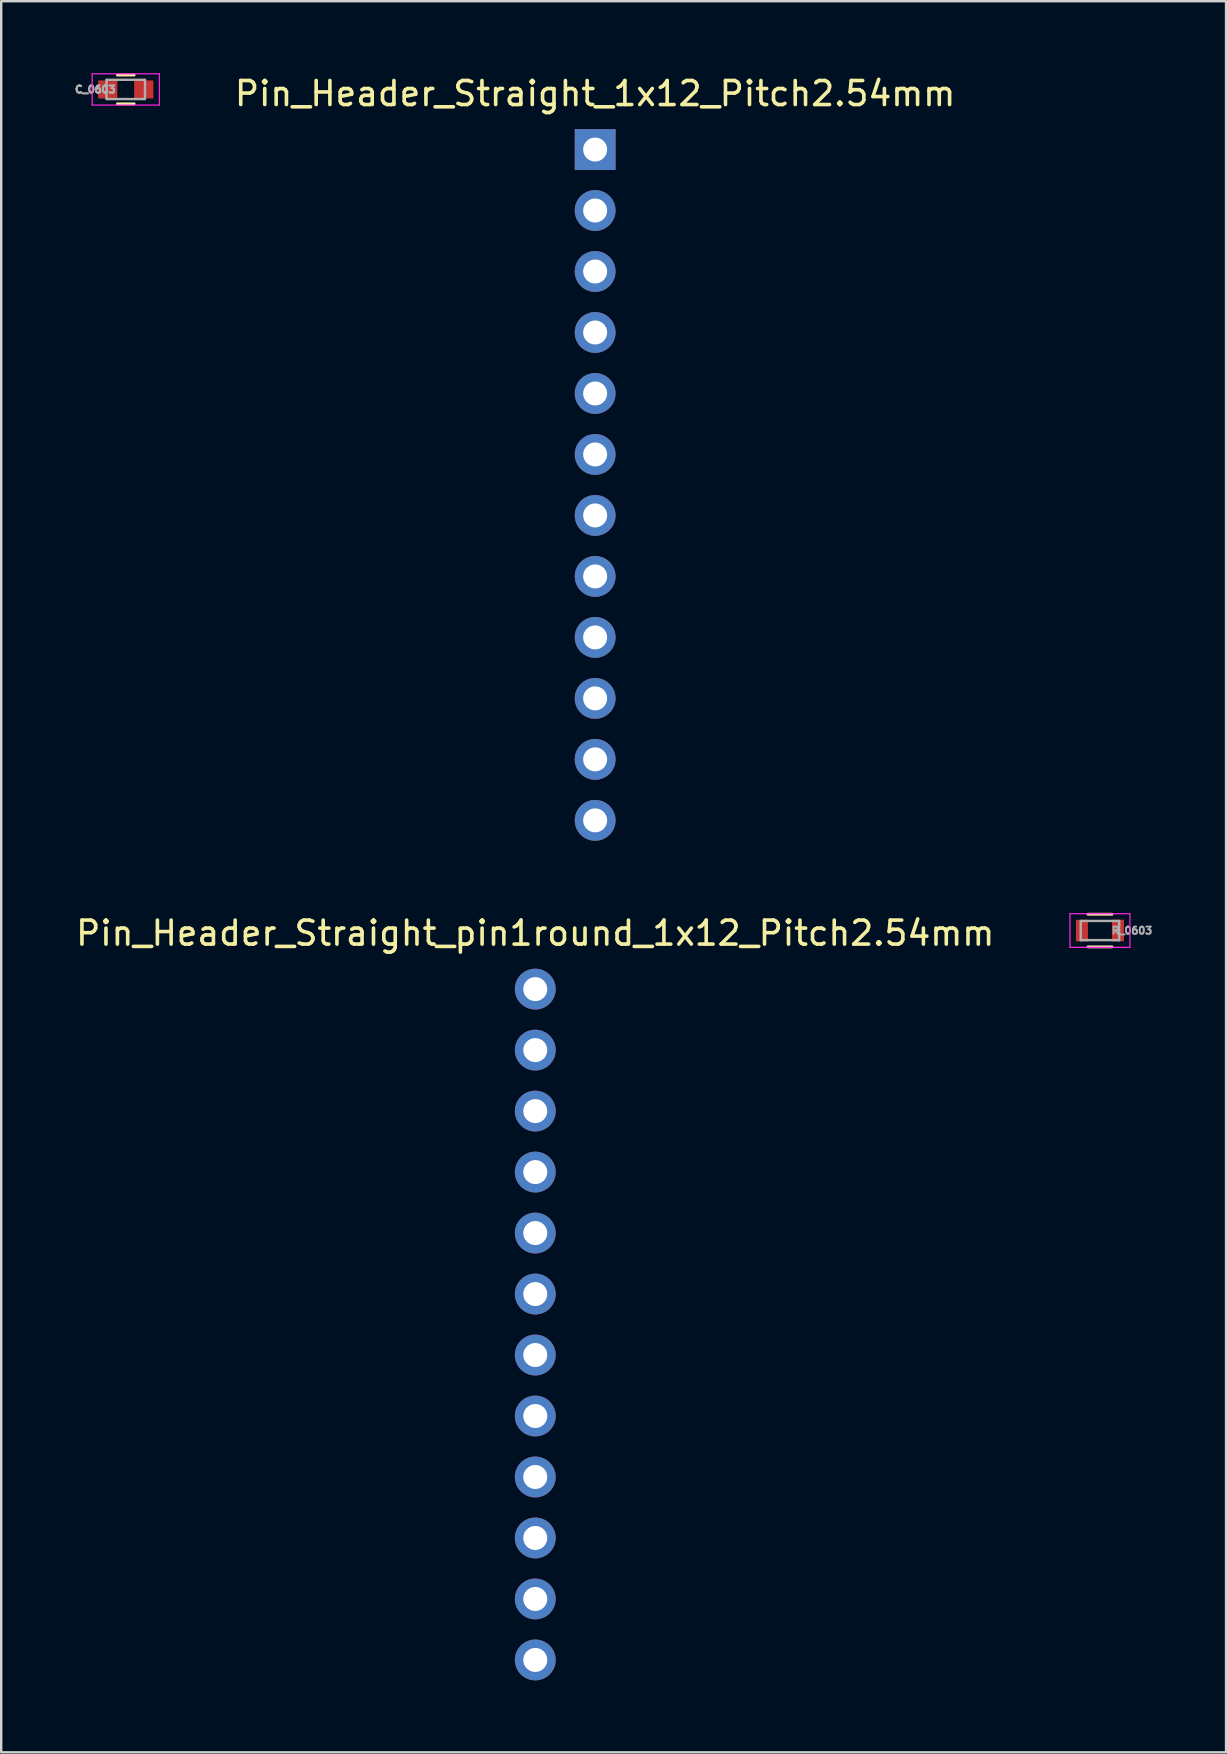
<source format=kicad_pcb>
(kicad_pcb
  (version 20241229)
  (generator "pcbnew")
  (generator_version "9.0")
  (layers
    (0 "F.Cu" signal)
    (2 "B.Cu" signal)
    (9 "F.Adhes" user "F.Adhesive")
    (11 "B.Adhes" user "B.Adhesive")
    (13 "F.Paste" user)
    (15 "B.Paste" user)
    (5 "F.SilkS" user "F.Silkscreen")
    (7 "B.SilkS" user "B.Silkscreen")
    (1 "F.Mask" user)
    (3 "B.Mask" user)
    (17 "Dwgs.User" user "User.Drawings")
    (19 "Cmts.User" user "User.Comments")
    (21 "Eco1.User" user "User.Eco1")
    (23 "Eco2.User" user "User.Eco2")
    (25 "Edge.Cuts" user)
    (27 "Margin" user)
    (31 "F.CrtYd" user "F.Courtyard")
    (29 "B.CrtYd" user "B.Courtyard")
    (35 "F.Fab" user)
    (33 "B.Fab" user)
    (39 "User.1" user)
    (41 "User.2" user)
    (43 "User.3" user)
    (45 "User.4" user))
  (footprint "Pin_Header_Straight_1x12_Pitch2.54mm"
    (layer "F.Cu")
    (at 21.738 3.178)
    (property "Reference" "Pin_Header_Straight_1x12_Pitch2.54mm" (at 0 -2.33 0) (layer "F.SilkS") (effects (font (size 1 1) (thickness 0.15))))
    (attr through_hole)
    (pad "1" thru_hole rect (at 0 0) (size 1.7 1.7) (drill 1) (layers "*.Cu" "*.Mask"))
    (pad "2" thru_hole oval (at 0 2.54) (size 1.7 1.7) (drill 1) (layers "*.Cu" "*.Mask"))
    (pad "3" thru_hole oval (at 0 5.08) (size 1.7 1.7) (drill 1) (layers "*.Cu" "*.Mask"))
    (pad "4" thru_hole oval (at 0 7.62) (size 1.7 1.7) (drill 1) (layers "*.Cu" "*.Mask"))
    (pad "5" thru_hole oval (at 0 10.16) (size 1.7 1.7) (drill 1) (layers "*.Cu" "*.Mask"))
    (pad "6" thru_hole oval (at 0 12.7) (size 1.7 1.7) (drill 1) (layers "*.Cu" "*.Mask"))
    (pad "7" thru_hole oval (at 0 15.24) (size 1.7 1.7) (drill 1) (layers "*.Cu" "*.Mask"))
    (pad "8" thru_hole oval (at 0 17.78) (size 1.7 1.7) (drill 1) (layers "*.Cu" "*.Mask"))
    (pad "9" thru_hole oval (at 0 20.32) (size 1.7 1.7) (drill 1) (layers "*.Cu" "*.Mask"))
    (pad "10" thru_hole oval (at 0 22.86) (size 1.7 1.7) (drill 1) (layers "*.Cu" "*.Mask"))
    (pad "11" thru_hole oval (at 0 25.4) (size 1.7 1.7) (drill 1) (layers "*.Cu" "*.Mask"))
    (pad "12" thru_hole oval (at 0 27.94) (size 1.7 1.7) (drill 1) (layers "*.Cu" "*.Mask")))
  (footprint "R_0603"
    (layer "F.Cu")
    (at 42.763 35.708)
    (property "Reference" "R_0603" (at 1.333 0 0) (layer "F.Fab") (effects (font (size 0.3 0.3) (thickness 0.075))))
    (attr smd)
    (fp_line (start -0.5 -0.68) (end 0.5 -0.68) (stroke (width 0.12) (type solid)) (layer "F.SilkS"))
    (fp_line (start 0.5 0.68) (end -0.5 0.68) (stroke (width 0.12) (type solid)) (layer "F.SilkS"))
    (fp_line (start -1.25 -0.7) (end -1.25 0.7) (stroke (width 0.05) (type solid)) (layer "F.CrtYd"))
    (fp_line (start -1.25 -0.7) (end 1.25 -0.7) (stroke (width 0.05) (type solid)) (layer "F.CrtYd"))
    (fp_line (start 1.25 0.7) (end -1.25 0.7) (stroke (width 0.05) (type solid)) (layer "F.CrtYd"))
    (fp_line (start 1.25 0.7) (end 1.25 -0.7) (stroke (width 0.05) (type solid)) (layer "F.CrtYd"))
    (fp_line (start -0.8 -0.4) (end 0.8 -0.4) (stroke (width 0.1) (type solid)) (layer "F.Fab"))
    (fp_line (start -0.8 0.4) (end -0.8 -0.4) (stroke (width 0.1) (type solid)) (layer "F.Fab"))
    (fp_line (start 0.8 -0.4) (end 0.8 0.4) (stroke (width 0.1) (type solid)) (layer "F.Fab"))
    (fp_line (start 0.8 0.4) (end -0.8 0.4) (stroke (width 0.1) (type solid)) (layer "F.Fab"))
    (pad "1" smd rect (at -0.75 0) (size 0.5 0.9) (layers "F.Cu" "F.Mask" "F.Paste"))
    (pad "2" smd rect (at 0.75 0) (size 0.5 0.9) (layers "F.Cu" "F.Mask" "F.Paste")))
  (footprint "C_0603"
    (layer "F.Cu")
    (at 2.188 0.675)
    (property "Reference" "C_0603" (at -1.27 0 0) (layer "F.Fab") (effects (font (size 0.3 0.3) (thickness 0.075))))
    (attr smd)
    (fp_line (start -0.35 -0.6) (end 0.35 -0.6) (stroke (width 0.12) (type solid)) (layer "F.SilkS"))
    (fp_line (start 0.35 0.6) (end -0.35 0.6) (stroke (width 0.12) (type solid)) (layer "F.SilkS"))
    (fp_line (start -1.4 -0.65) (end -1.4 0.65) (stroke (width 0.05) (type solid)) (layer "F.CrtYd"))
    (fp_line (start -1.4 -0.65) (end 1.4 -0.65) (stroke (width 0.05) (type solid)) (layer "F.CrtYd"))
    (fp_line (start 1.4 0.65) (end -1.4 0.65) (stroke (width 0.05) (type solid)) (layer "F.CrtYd"))
    (fp_line (start 1.4 0.65) (end 1.4 -0.65) (stroke (width 0.05) (type solid)) (layer "F.CrtYd"))
    (fp_line (start -0.8 -0.4) (end 0.8 -0.4) (stroke (width 0.1) (type solid)) (layer "F.Fab"))
    (fp_line (start -0.8 0.4) (end -0.8 -0.4) (stroke (width 0.1) (type solid)) (layer "F.Fab"))
    (fp_line (start 0.8 -0.4) (end 0.8 0.4) (stroke (width 0.1) (type solid)) (layer "F.Fab"))
    (fp_line (start 0.8 0.4) (end -0.8 0.4) (stroke (width 0.1) (type solid)) (layer "F.Fab"))
    (fp_text user "${REFERENCE}" (at -1.27 0 0) (layer "F.Fab") (effects (font (size 0.3 0.3) (thickness 0.075))))
    (pad "1" smd rect (at -0.75 0) (size 0.8 0.75) (layers "F.Cu" "F.Mask" "F.Paste"))
    (pad "2" smd rect (at 0.75 0) (size 0.8 0.75) (layers "F.Cu" "F.Mask" "F.Paste")))
  (footprint "Pin_Header_Straight_pin1round_1x12_Pitch2.54mm"
    (layer "F.Cu")
    (at 19.244 38.147)
    (property "Reference" "Pin_Header_Straight_pin1round_1x12_Pitch2.54mm" (at 0 -2.33 0) (layer "F.SilkS") (effects (font (size 1 1) (thickness 0.15))))
    (attr through_hole)
    (pad "1" thru_hole circle (at 0 0) (size 1.7 1.7) (drill 1) (layers "*.Cu" "*.Mask"))
    (pad "2" thru_hole oval (at 0 2.54) (size 1.7 1.7) (drill 1) (layers "*.Cu" "*.Mask"))
    (pad "3" thru_hole oval (at 0 5.08) (size 1.7 1.7) (drill 1) (layers "*.Cu" "*.Mask"))
    (pad "4" thru_hole oval (at 0 7.62) (size 1.7 1.7) (drill 1) (layers "*.Cu" "*.Mask"))
    (pad "5" thru_hole oval (at 0 10.16) (size 1.7 1.7) (drill 1) (layers "*.Cu" "*.Mask"))
    (pad "6" thru_hole oval (at 0 12.7) (size 1.7 1.7) (drill 1) (layers "*.Cu" "*.Mask"))
    (pad "7" thru_hole oval (at 0 15.24) (size 1.7 1.7) (drill 1) (layers "*.Cu" "*.Mask"))
    (pad "8" thru_hole oval (at 0 17.78) (size 1.7 1.7) (drill 1) (layers "*.Cu" "*.Mask"))
    (pad "9" thru_hole oval (at 0 20.32) (size 1.7 1.7) (drill 1) (layers "*.Cu" "*.Mask"))
    (pad "10" thru_hole oval (at 0 22.86) (size 1.7 1.7) (drill 1) (layers "*.Cu" "*.Mask"))
    (pad "11" thru_hole oval (at 0 25.4) (size 1.7 1.7) (drill 1) (layers "*.Cu" "*.Mask"))
    (pad "12" thru_hole oval (at 0 27.94) (size 1.7 1.7) (drill 1) (layers "*.Cu" "*.Mask")))
  (gr_rect
    (start -3 -3)
    (end 48.015 69.936)
    (stroke (width 0.1) (type default))
    (fill no)
    (layer "Edge.Cuts")))
</source>
